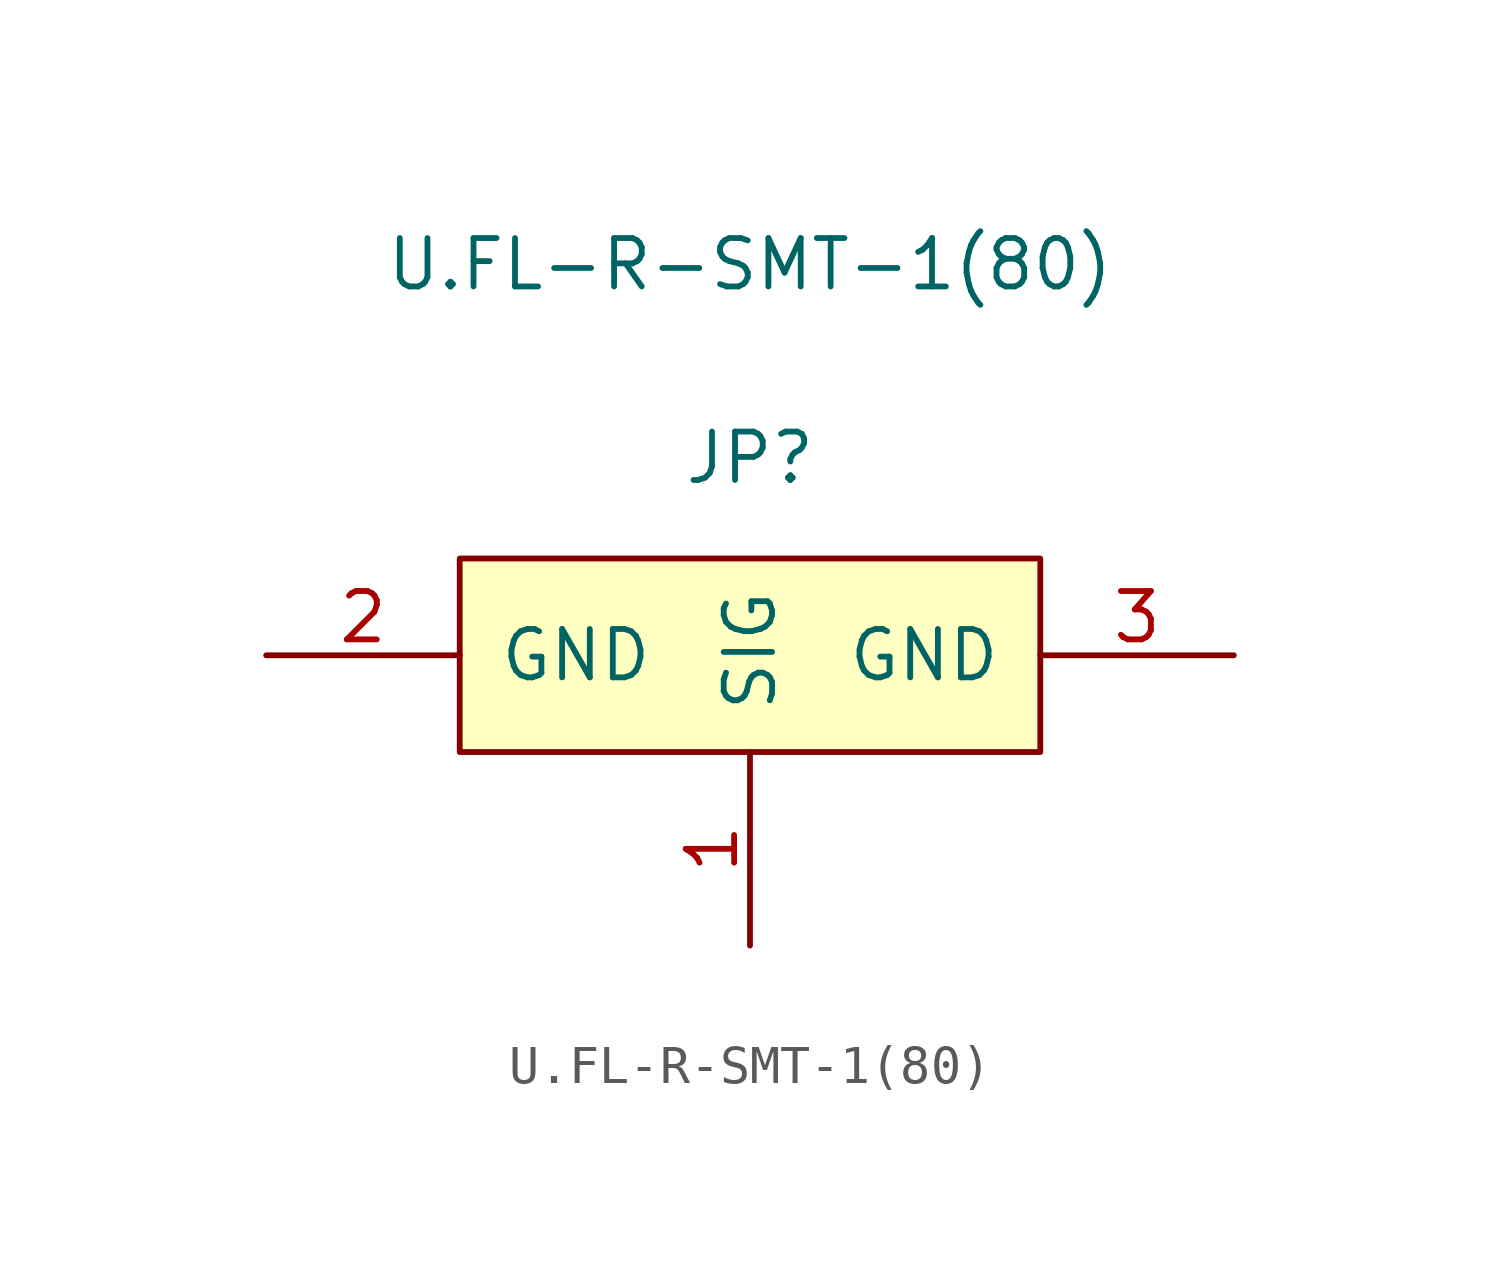
<source format=kicad_sym>
(kicad_symbol_lib
  (version 20220914)
  (generator kicad_symbol_editor)
  (symbol "U.FL-R-SMT-1(80)"
    (pin_names
      (offset 1.016))
    (property "Reference" "JP"
      (at 0 7.722 0)
      (effects (font (size 1.27 1.27))))
    (property "Value" "U.FL-R-SMT-1(80)"
      (at 0 12.802 0)
      (effects (font (size 1.27 1.27))))
    (symbol "U.FL-R-SMT-1(80)_1_1"
      (rectangle (start -7.62 5.08) (end 7.62 0) (stroke (width 0.152) (type solid)) (fill (type background)))
      (pin input line (at 0 -5.08 90) (length 5.08) (name "SIG" (effects (font (size 1.27 1.27)))) (number "1" (effects (font (size 1.27 1.27)))))
      (pin input line (at -12.7 2.54 0) (length 5.08) (name "GND" (effects (font (size 1.27 1.27)))) (number "2" (effects (font (size 1.27 1.27)))))
      (pin input line (at 12.7 2.54 180) (length 5.08) (name "GND" (effects (font (size 1.27 1.27)))) (number "3" (effects (font (size 1.27 1.27))))))))
</source>
